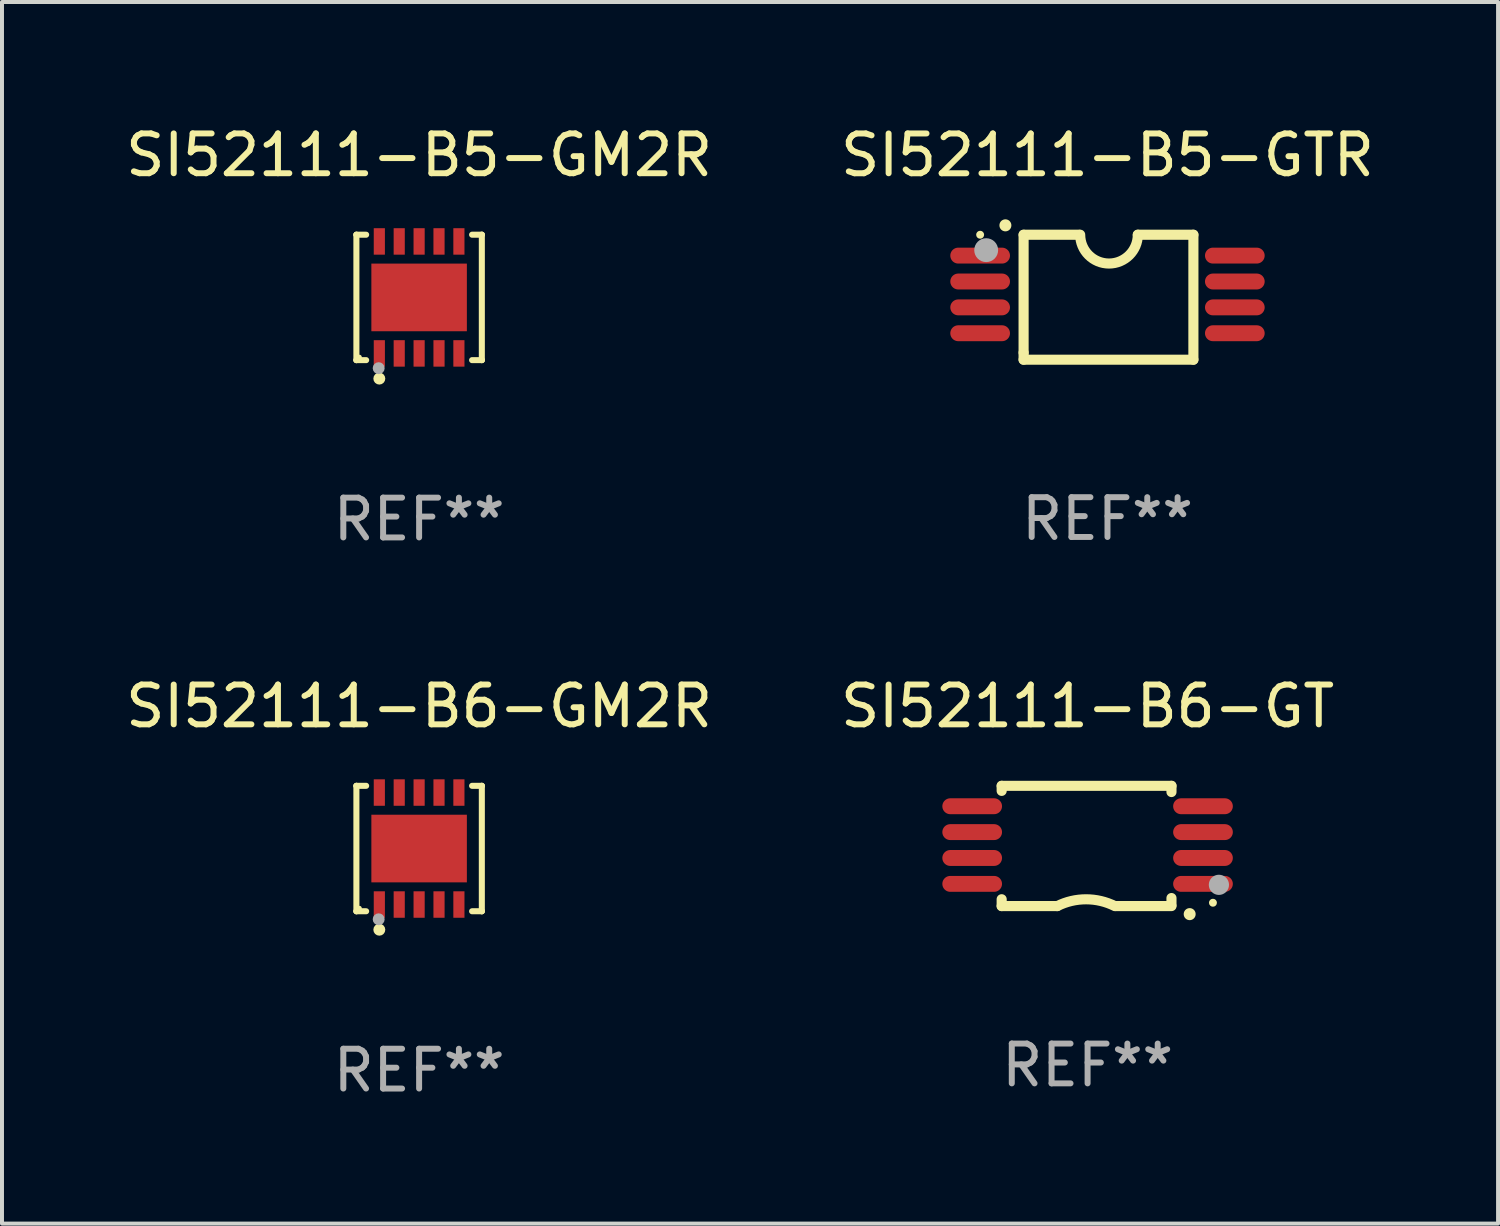
<source format=kicad_pcb>
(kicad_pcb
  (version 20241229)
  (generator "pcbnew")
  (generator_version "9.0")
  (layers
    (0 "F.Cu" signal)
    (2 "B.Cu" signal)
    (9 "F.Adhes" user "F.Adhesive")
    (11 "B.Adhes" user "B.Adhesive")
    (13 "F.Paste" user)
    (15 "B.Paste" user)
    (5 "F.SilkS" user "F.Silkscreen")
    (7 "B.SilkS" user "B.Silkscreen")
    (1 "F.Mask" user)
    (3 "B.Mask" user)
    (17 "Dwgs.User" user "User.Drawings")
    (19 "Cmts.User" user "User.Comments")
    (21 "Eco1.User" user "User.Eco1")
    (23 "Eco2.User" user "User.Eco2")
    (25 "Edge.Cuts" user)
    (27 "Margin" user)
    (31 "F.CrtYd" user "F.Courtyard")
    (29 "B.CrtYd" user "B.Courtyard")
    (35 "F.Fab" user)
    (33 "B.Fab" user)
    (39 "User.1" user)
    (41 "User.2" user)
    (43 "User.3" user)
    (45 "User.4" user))
  (footprint "SI52111-B6-GT"
    (layer "F.Cu")
    (at 24.28 18.208)
    (property "Reference" "SI52111-B6-GT" (at 0 -3.511 0) (layer "F.SilkS") (effects (font (size 1 1) (thickness 0.15))))
    (attr through_hole)
    (fp_line (start -2.159 -1.511) (end 2.108 -1.511) (stroke (width 0.254) (type solid)) (layer "F.SilkS"))
    (fp_line (start -2.159 -1.384) (end -2.159 -1.511) (stroke (width 0.254) (type solid)) (layer "F.SilkS"))
    (fp_line (start -2.159 1.511) (end -2.159 1.339) (stroke (width 0.254) (type solid)) (layer "F.SilkS"))
    (fp_line (start -0.762 1.511) (end -2.159 1.511) (stroke (width 0.254) (type solid)) (layer "F.SilkS"))
    (fp_line (start 2.108 -1.511) (end 2.108 -1.355) (stroke (width 0.254) (type solid)) (layer "F.SilkS"))
    (fp_line (start 2.108 1.309) (end 2.108 1.486) (stroke (width 0.254) (type solid)) (layer "F.SilkS"))
    (fp_line (start 2.108 1.511) (end 0.711 1.511) (stroke (width 0.254) (type solid)) (layer "F.SilkS"))
    (fp_arc (start -0.762002 1.511303) (mid -0.0381 1.340413) (end 0.685801 1.511303) (stroke (width 0.254001) (type solid)) (layer "F.SilkS"))
    (fp_arc (start 2.565405 1.714503) (mid 2.5654 1.713233) (end 2.565405 1.711963) (stroke (width 0.3) (type solid)) (layer "F.SilkS"))
    (fp_circle (center 3.15 1.427) (end 3.2 1.427) (stroke (width 0.1) (type solid)) (fill no) (layer "F.SilkS"))
    (fp_circle (center 3.3 0.977) (end 3.427 0.977) (stroke (width 0.254) (type solid)) (fill no) (layer "F.Fab"))
    (fp_text user "REF**" (at 0 5.511 0) (layer "F.Fab") (effects (font (size 1 1) (thickness 0.15))))
    (pad "1" smd oval (at 2.9 0.953 270) (size 0.4 1.5) (layers "F.Cu" "F.Mask" "F.Paste"))
    (pad "2" smd oval (at 2.9 0.302 270) (size 0.4 1.5) (layers "F.Cu" "F.Mask" "F.Paste"))
    (pad "3" smd oval (at 2.9 -0.348 270) (size 0.4 1.5) (layers "F.Cu" "F.Mask" "F.Paste"))
    (pad "4" smd oval (at 2.9 -0.998 270) (size 0.4 1.5) (layers "F.Cu" "F.Mask" "F.Paste"))
    (pad "5" smd oval (at -2.9 -0.998 270) (size 0.4 1.5) (layers "F.Cu" "F.Mask" "F.Paste"))
    (pad "6" smd oval (at -2.9 -0.348 270) (size 0.4 1.5) (layers "F.Cu" "F.Mask" "F.Paste"))
    (pad "7" smd oval (at -2.9 0.302 270) (size 0.4 1.5) (layers "F.Cu" "F.Mask" "F.Paste"))
    (pad "8" smd oval (at -2.9 0.953 270) (size 0.4 1.5) (layers "F.Cu" "F.Mask" "F.Paste")))
  (footprint "SI52111-B6-GM2R"
    (layer "F.Cu")
    (at 7.482 18.273)
    (property "Reference" "SI52111-B6-GM2R" (at 0 -3.576 0) (layer "F.SilkS") (effects (font (size 1 1) (thickness 0.15))))
    (attr through_hole)
    (fp_line (start -1.576 -1.576) (end -1.576 -1.576) (stroke (width 0.152) (type solid)) (layer "F.SilkS"))
    (fp_line (start -1.576 -1.576) (end -1.331 -1.576) (stroke (width 0.152) (type solid)) (layer "F.SilkS"))
    (fp_line (start -1.576 1.576) (end -1.576 -1.576) (stroke (width 0.152) (type solid)) (layer "F.SilkS"))
    (fp_line (start -1.576 1.576) (end -1.576 1.576) (stroke (width 0.152) (type solid)) (layer "F.SilkS"))
    (fp_line (start -1.331 1.576) (end -1.576 1.576) (stroke (width 0.152) (type solid)) (layer "F.SilkS"))
    (fp_line (start 1.331 1.576) (end 1.576 1.576) (stroke (width 0.152) (type solid)) (layer "F.SilkS"))
    (fp_line (start 1.576 -1.576) (end 1.331 -1.576) (stroke (width 0.152) (type solid)) (layer "F.SilkS"))
    (fp_line (start 1.576 -1.576) (end 1.576 -1.576) (stroke (width 0.152) (type solid)) (layer "F.SilkS"))
    (fp_line (start 1.576 1.576) (end 1.576 -1.576) (stroke (width 0.152) (type solid)) (layer "F.SilkS"))
    (fp_line (start 1.576 1.576) (end 1.576 1.576) (stroke (width 0.152) (type solid)) (layer "F.SilkS"))
    (fp_circle (center -1.5 1.5) (end -1.47 1.5) (stroke (width 0.06) (type solid)) (fill no) (layer "F.SilkS"))
    (fp_circle (center -1 2.04) (end -0.925 2.04) (stroke (width 0.15) (type solid)) (fill no) (layer "F.SilkS"))
    (fp_circle (center -1.016 1.778) (end -0.941 1.778) (stroke (width 0.15) (type solid)) (fill no) (layer "F.Fab"))
    (fp_text user "REF**" (at 0 5.576 0) (layer "F.Fab") (effects (font (size 1 1) (thickness 0.15))))
    (pad "1" smd rect (at -1 1.407) (size 0.28 0.665) (layers "F.Cu" "F.Mask" "F.Paste"))
    (pad "2" smd rect (at -0.5 1.407) (size 0.28 0.665) (layers "F.Cu" "F.Mask" "F.Paste"))
    (pad "3" smd rect (at 0 1.407) (size 0.28 0.665) (layers "F.Cu" "F.Mask" "F.Paste"))
    (pad "4" smd rect (at 0.5 1.407) (size 0.28 0.665) (layers "F.Cu" "F.Mask" "F.Paste"))
    (pad "5" smd rect (at 1 1.407) (size 0.28 0.665) (layers "F.Cu" "F.Mask" "F.Paste"))
    (pad "6" smd rect (at 1 -1.407) (size 0.28 0.665) (layers "F.Cu" "F.Mask" "F.Paste"))
    (pad "7" smd rect (at 0.5 -1.407) (size 0.28 0.665) (layers "F.Cu" "F.Mask" "F.Paste"))
    (pad "8" smd rect (at 0 -1.407) (size 0.28 0.665) (layers "F.Cu" "F.Mask" "F.Paste"))
    (pad "9" smd rect (at -0.5 -1.407) (size 0.28 0.665) (layers "F.Cu" "F.Mask" "F.Paste"))
    (pad "10" smd rect (at -1 -1.407) (size 0.28 0.665) (layers "F.Cu" "F.Mask" "F.Paste"))
    (pad "11" smd rect (at 0 0) (size 2.4 1.7) (layers "F.Cu" "F.Mask" "F.Paste")))
  (footprint "SI52111-B5-GM2R"
    (layer "F.Cu")
    (at 7.482 4.424)
    (property "Reference" "SI52111-B5-GM2R" (at 0 -3.576 0) (layer "F.SilkS") (effects (font (size 1 1) (thickness 0.15))))
    (attr through_hole)
    (fp_line (start -1.576 -1.576) (end -1.576 -1.576) (stroke (width 0.152) (type solid)) (layer "F.SilkS"))
    (fp_line (start -1.576 -1.576) (end -1.331 -1.576) (stroke (width 0.152) (type solid)) (layer "F.SilkS"))
    (fp_line (start -1.576 1.576) (end -1.576 -1.576) (stroke (width 0.152) (type solid)) (layer "F.SilkS"))
    (fp_line (start -1.576 1.576) (end -1.576 1.576) (stroke (width 0.152) (type solid)) (layer "F.SilkS"))
    (fp_line (start -1.331 1.576) (end -1.576 1.576) (stroke (width 0.152) (type solid)) (layer "F.SilkS"))
    (fp_line (start 1.331 1.576) (end 1.576 1.576) (stroke (width 0.152) (type solid)) (layer "F.SilkS"))
    (fp_line (start 1.576 -1.576) (end 1.331 -1.576) (stroke (width 0.152) (type solid)) (layer "F.SilkS"))
    (fp_line (start 1.576 -1.576) (end 1.576 -1.576) (stroke (width 0.152) (type solid)) (layer "F.SilkS"))
    (fp_line (start 1.576 1.576) (end 1.576 -1.576) (stroke (width 0.152) (type solid)) (layer "F.SilkS"))
    (fp_line (start 1.576 1.576) (end 1.576 1.576) (stroke (width 0.152) (type solid)) (layer "F.SilkS"))
    (fp_circle (center -1.5 1.5) (end -1.47 1.5) (stroke (width 0.06) (type solid)) (fill no) (layer "F.SilkS"))
    (fp_circle (center -1 2.04) (end -0.925 2.04) (stroke (width 0.15) (type solid)) (fill no) (layer "F.SilkS"))
    (fp_circle (center -1.016 1.778) (end -0.941 1.778) (stroke (width 0.15) (type solid)) (fill no) (layer "F.Fab"))
    (fp_text user "REF**" (at 0 5.576 0) (layer "F.Fab") (effects (font (size 1 1) (thickness 0.15))))
    (pad "1" smd rect (at -1 1.407) (size 0.28 0.665) (layers "F.Cu" "F.Mask" "F.Paste"))
    (pad "2" smd rect (at -0.5 1.407) (size 0.28 0.665) (layers "F.Cu" "F.Mask" "F.Paste"))
    (pad "3" smd rect (at 0 1.407) (size 0.28 0.665) (layers "F.Cu" "F.Mask" "F.Paste"))
    (pad "4" smd rect (at 0.5 1.407) (size 0.28 0.665) (layers "F.Cu" "F.Mask" "F.Paste"))
    (pad "5" smd rect (at 1 1.407) (size 0.28 0.665) (layers "F.Cu" "F.Mask" "F.Paste"))
    (pad "6" smd rect (at 1 -1.407) (size 0.28 0.665) (layers "F.Cu" "F.Mask" "F.Paste"))
    (pad "7" smd rect (at 0.5 -1.407) (size 0.28 0.665) (layers "F.Cu" "F.Mask" "F.Paste"))
    (pad "8" smd rect (at 0 -1.407) (size 0.28 0.665) (layers "F.Cu" "F.Mask" "F.Paste"))
    (pad "9" smd rect (at -0.5 -1.407) (size 0.28 0.665) (layers "F.Cu" "F.Mask" "F.Paste"))
    (pad "10" smd rect (at -1 -1.407) (size 0.28 0.665) (layers "F.Cu" "F.Mask" "F.Paste"))
    (pad "11" smd rect (at 0 0) (size 2.4 1.7) (layers "F.Cu" "F.Mask" "F.Paste")))
  (footprint "SI52111-B5-GTR"
    (layer "F.Cu")
    (at 24.78 4.419)
    (property "Reference" "SI52111-B5-GTR" (at 0 -3.57 0) (layer "F.SilkS") (effects (font (size 1 1) (thickness 0.15))))
    (attr through_hole)
    (fp_line (start -2.108 -1.57) (end -0.711 -1.57) (stroke (width 0.254) (type solid)) (layer "F.SilkS"))
    (fp_line (start -2.108 -1.57) (end -2.108 1.393) (stroke (width 0.254) (type solid)) (layer "F.SilkS"))
    (fp_line (start -2.108 1.393) (end -2.108 1.57) (stroke (width 0.254) (type solid)) (layer "F.SilkS"))
    (fp_line (start -2.108 1.57) (end 2.159 1.57) (stroke (width 0.254) (type solid)) (layer "F.SilkS"))
    (fp_line (start 0.762 -1.57) (end 2.159 -1.57) (stroke (width 0.254) (type solid)) (layer "F.SilkS"))
    (fp_line (start 2.159 1.57) (end 2.159 -1.57) (stroke (width 0.254) (type solid)) (layer "F.SilkS"))
    (fp_arc (start -2.565405 -1.805169) (mid -2.56541 -1.806439) (end -2.565405 -1.807709) (stroke (width 0.3) (type solid)) (layer "F.SilkS"))
    (fp_arc (start 0.762002 -1.570498) (mid 0.0381 -0.846596) (end -0.685802 -1.570498) (stroke (width 0.254001) (type solid)) (layer "F.SilkS"))
    (fp_circle (center -3.2 -1.57) (end -3.15 -1.57) (stroke (width 0.1) (type solid)) (fill no) (layer "F.SilkS"))
    (fp_circle (center -3.048 -1.183) (end -2.898 -1.183) (stroke (width 0.3) (type solid)) (fill no) (layer "F.Fab"))
    (fp_text user "REF**" (at 0 5.57 0) (layer "F.Fab") (effects (font (size 1 1) (thickness 0.15))))
    (pad "1" smd oval (at -3.2 -1.046 90) (size 0.4 1.5) (layers "F.Cu" "F.Mask" "F.Paste"))
    (pad "2" smd oval (at -3.2 -0.395 90) (size 0.4 1.5) (layers "F.Cu" "F.Mask" "F.Paste"))
    (pad "3" smd oval (at -3.2 0.255 90) (size 0.4 1.5) (layers "F.Cu" "F.Mask" "F.Paste"))
    (pad "4" smd oval (at -3.2 0.905 90) (size 0.4 1.5) (layers "F.Cu" "F.Mask" "F.Paste"))
    (pad "5" smd oval (at 3.2 0.905 90) (size 0.4 1.5) (layers "F.Cu" "F.Mask" "F.Paste"))
    (pad "6" smd oval (at 3.2 0.255 90) (size 0.4 1.5) (layers "F.Cu" "F.Mask" "F.Paste"))
    (pad "7" smd oval (at 3.2 -0.395 90) (size 0.4 1.5) (layers "F.Cu" "F.Mask" "F.Paste"))
    (pad "8" smd oval (at 3.2 -1.046 90) (size 0.4 1.5) (layers "F.Cu" "F.Mask" "F.Paste")))
  (gr_rect
    (start -3 -3)
    (end 34.595 27.698)
    (stroke (width 0.1) (type default))
    (fill no)
    (layer "Edge.Cuts")))
</source>
